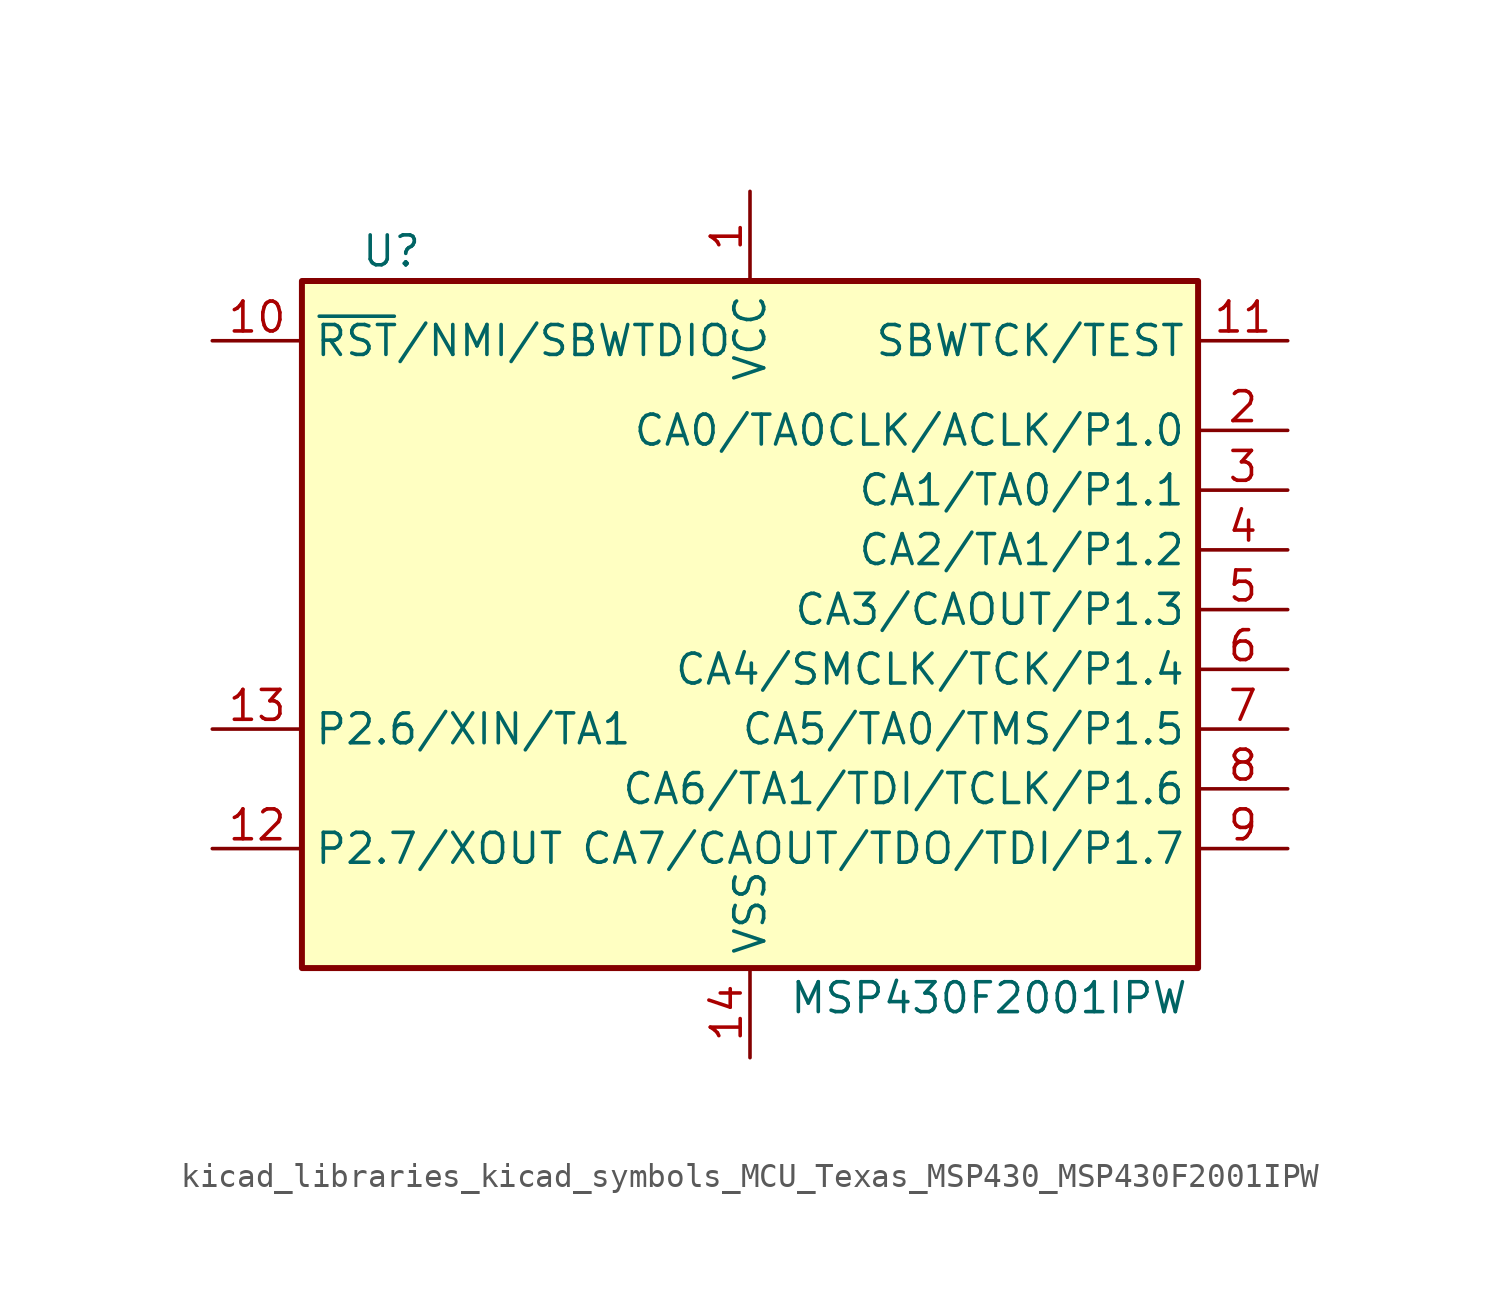
<source format=kicad_sym>
(kicad_symbol_lib
  (version 20220914)
  (generator kicad_symbol_editor)
  (symbol "kicad_libraries_kicad_symbols_MCU_Texas_MSP430_MSP430F2001IPW"
    (property "Reference" "U"
      (at -15.24 15.24 0)
      (effects (font (size 1.27 1.27))))
    (property "Value" "MSP430F2001IPW"
      (at 10.16 -16.51 0)
      (effects (font (size 1.27 1.27))))
    (symbol "kicad_libraries_kicad_symbols_MCU_Texas_MSP430_MSP430F2001IPW_0_1"
      (rectangle (start -19.05 13.97) (end 19.05 -15.24) (stroke (width 0.254) (type default)) (fill (type background))))
    (symbol "kicad_libraries_kicad_symbols_MCU_Texas_MSP430_MSP430F2001IPW_1_1"
      (pin power_in line (at 0 17.78 270) (length 3.81) (name "VCC" (effects (font (size 1.27 1.27)))) (number "1" (effects (font (size 1.27 1.27)))))
      (pin input line (at -22.86 11.43 0) (length 3.81) (name "~{RST}/NMI/SBWTDIO" (effects (font (size 1.27 1.27)))) (number "10" (effects (font (size 1.27 1.27)))))
      (pin input line (at 22.86 11.43 180) (length 3.81) (name "SBWTCK/TEST" (effects (font (size 1.27 1.27)))) (number "11" (effects (font (size 1.27 1.27)))))
      (pin bidirectional line (at -22.86 -10.16 0) (length 3.81) (name "P2.7/XOUT" (effects (font (size 1.27 1.27)))) (number "12" (effects (font (size 1.27 1.27)))))
      (pin bidirectional line (at -22.86 -5.08 0) (length 3.81) (name "P2.6/XIN/TA1" (effects (font (size 1.27 1.27)))) (number "13" (effects (font (size 1.27 1.27)))))
      (pin power_in line (at 0 -19.05 90) (length 3.81) (name "VSS" (effects (font (size 1.27 1.27)))) (number "14" (effects (font (size 1.27 1.27)))))
      (pin bidirectional line (at 22.86 7.62 180) (length 3.81) (name "CA0/TA0CLK/ACLK/P1.0" (effects (font (size 1.27 1.27)))) (number "2" (effects (font (size 1.27 1.27)))))
      (pin bidirectional line (at 22.86 5.08 180) (length 3.81) (name "CA1/TA0/P1.1" (effects (font (size 1.27 1.27)))) (number "3" (effects (font (size 1.27 1.27)))))
      (pin bidirectional line (at 22.86 2.54 180) (length 3.81) (name "CA2/TA1/P1.2" (effects (font (size 1.27 1.27)))) (number "4" (effects (font (size 1.27 1.27)))))
      (pin bidirectional line (at 22.86 0 180) (length 3.81) (name "CA3/CAOUT/P1.3" (effects (font (size 1.27 1.27)))) (number "5" (effects (font (size 1.27 1.27)))))
      (pin bidirectional line (at 22.86 -2.54 180) (length 3.81) (name "CA4/SMCLK/TCK/P1.4" (effects (font (size 1.27 1.27)))) (number "6" (effects (font (size 1.27 1.27)))))
      (pin bidirectional line (at 22.86 -5.08 180) (length 3.81) (name "CA5/TA0/TMS/P1.5" (effects (font (size 1.27 1.27)))) (number "7" (effects (font (size 1.27 1.27)))))
      (pin bidirectional line (at 22.86 -7.62 180) (length 3.81) (name "CA6/TA1/TDI/TCLK/P1.6" (effects (font (size 1.27 1.27)))) (number "8" (effects (font (size 1.27 1.27)))))
      (pin bidirectional line (at 22.86 -10.16 180) (length 3.81) (name "CA7/CAOUT/TDO/TDI/P1.7" (effects (font (size 1.27 1.27)))) (number "9" (effects (font (size 1.27 1.27))))))))
</source>
